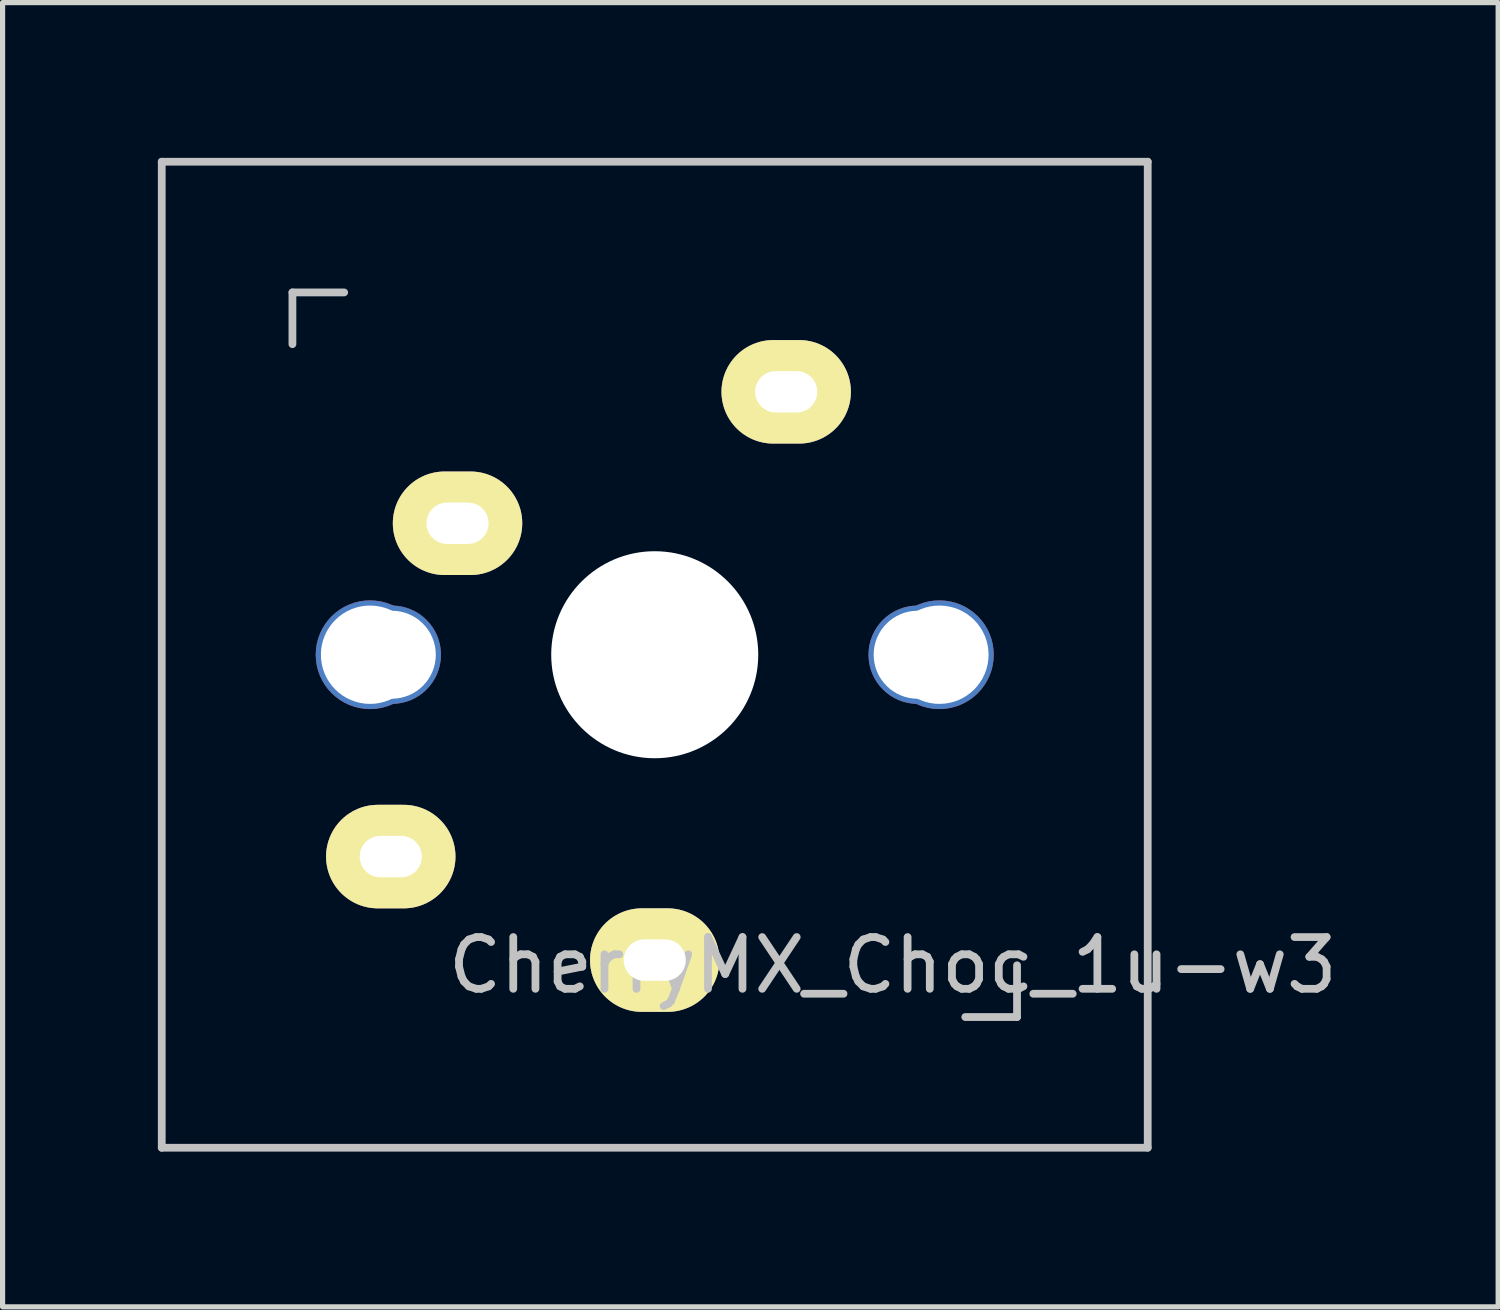
<source format=kicad_pcb>
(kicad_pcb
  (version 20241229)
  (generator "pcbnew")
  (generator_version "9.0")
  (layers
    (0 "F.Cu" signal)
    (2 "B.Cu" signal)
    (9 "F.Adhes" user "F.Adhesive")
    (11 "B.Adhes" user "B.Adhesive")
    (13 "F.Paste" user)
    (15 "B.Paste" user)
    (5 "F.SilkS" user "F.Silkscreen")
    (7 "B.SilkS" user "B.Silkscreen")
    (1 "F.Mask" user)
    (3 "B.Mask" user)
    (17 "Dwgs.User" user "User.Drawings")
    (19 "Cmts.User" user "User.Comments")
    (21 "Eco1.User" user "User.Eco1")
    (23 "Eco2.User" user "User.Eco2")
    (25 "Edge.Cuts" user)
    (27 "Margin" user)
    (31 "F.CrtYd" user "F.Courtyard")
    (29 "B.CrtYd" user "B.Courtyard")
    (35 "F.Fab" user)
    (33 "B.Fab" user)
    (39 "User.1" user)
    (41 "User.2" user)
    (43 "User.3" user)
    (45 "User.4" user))
  (footprint "CherryMX_Choc_1u-w3"
    (layer "F.Cu")
    (at 9.6 9.6)
    (property "Reference" "CherryMX_Choc_1u-w3" (at 4.6 6 180) (layer "Dwgs.User") (effects (font (size 1 1) (thickness 0.15))))
    (attr through_hole)
    (fp_line (start -9.525 -9.525) (end 9.525 -9.525) (stroke (width 0.15) (type solid)) (layer "Dwgs.User"))
    (fp_line (start -9.525 9.525) (end -9.525 -9.525) (stroke (width 0.15) (type solid)) (layer "Dwgs.User"))
    (fp_line (start -7 -7) (end -6 -7) (stroke (width 0.15) (type solid)) (layer "Dwgs.User"))
    (fp_line (start -7 -6) (end -7 -7) (stroke (width 0.15) (type solid)) (layer "Dwgs.User"))
    (fp_line (start 6 7) (end 7 7) (stroke (width 0.15) (type solid)) (layer "Dwgs.User"))
    (fp_line (start 7 7) (end 7 6) (stroke (width 0.15) (type solid)) (layer "Dwgs.User"))
    (fp_line (start 9.525 -9.525) (end 9.525 9.525) (stroke (width 0.15) (type solid)) (layer "Dwgs.User"))
    (fp_line (start 9.525 9.525) (end -9.525 9.525) (stroke (width 0.15) (type solid)) (layer "Dwgs.User"))
    (pad "" np_thru_hole circle (at -5.5 0 90) (size 2.1 2.1) (drill 1.9) (layers "*.Cu" "*.Mask"))
    (pad "" np_thru_hole circle (at -5.08 0) (size 1.9 1.9) (drill 1.7) (layers "*.Cu" "*.Mask"))
    (pad "" np_thru_hole circle (at 0 0 180) (size 4 4) (drill 4) (layers "*.Cu" "*.Mask"))
    (pad "" np_thru_hole circle (at 5.08 0) (size 1.9 1.9) (drill 1.7) (layers "*.Cu" "*.Mask"))
    (pad "" np_thru_hole circle (at 5.5 0 90) (size 2.1 2.1) (drill 1.9) (layers "*.Cu" "*.Mask"))
    (pad "1" thru_hole oval (at -5.1 3.9) (size 2.5 2) (drill oval 1.2 0.8) (layers "*.Cu" "B.Mask" "F.SilkS"))
    (pad "1" thru_hole oval (at -3.81 -2.54) (size 2.5 2) (drill oval 1.2 0.8) (layers "*.Cu" "B.Mask" "F.SilkS"))
    (pad "2" thru_hole oval (at 0 5.9) (size 2.5 2) (drill oval 1.2 0.8) (layers "*.Cu" "B.Mask" "F.SilkS"))
    (pad "2" thru_hole oval (at 2.54 -5.08) (size 2.5 2) (drill oval 1.2 0.8) (layers "*.Cu" "B.Mask" "F.SilkS")))
  (gr_rect
    (start -3 -3)
    (end 25.896 22.2)
    (stroke (width 0.1) (type default))
    (fill no)
    (layer "Edge.Cuts")))
</source>
